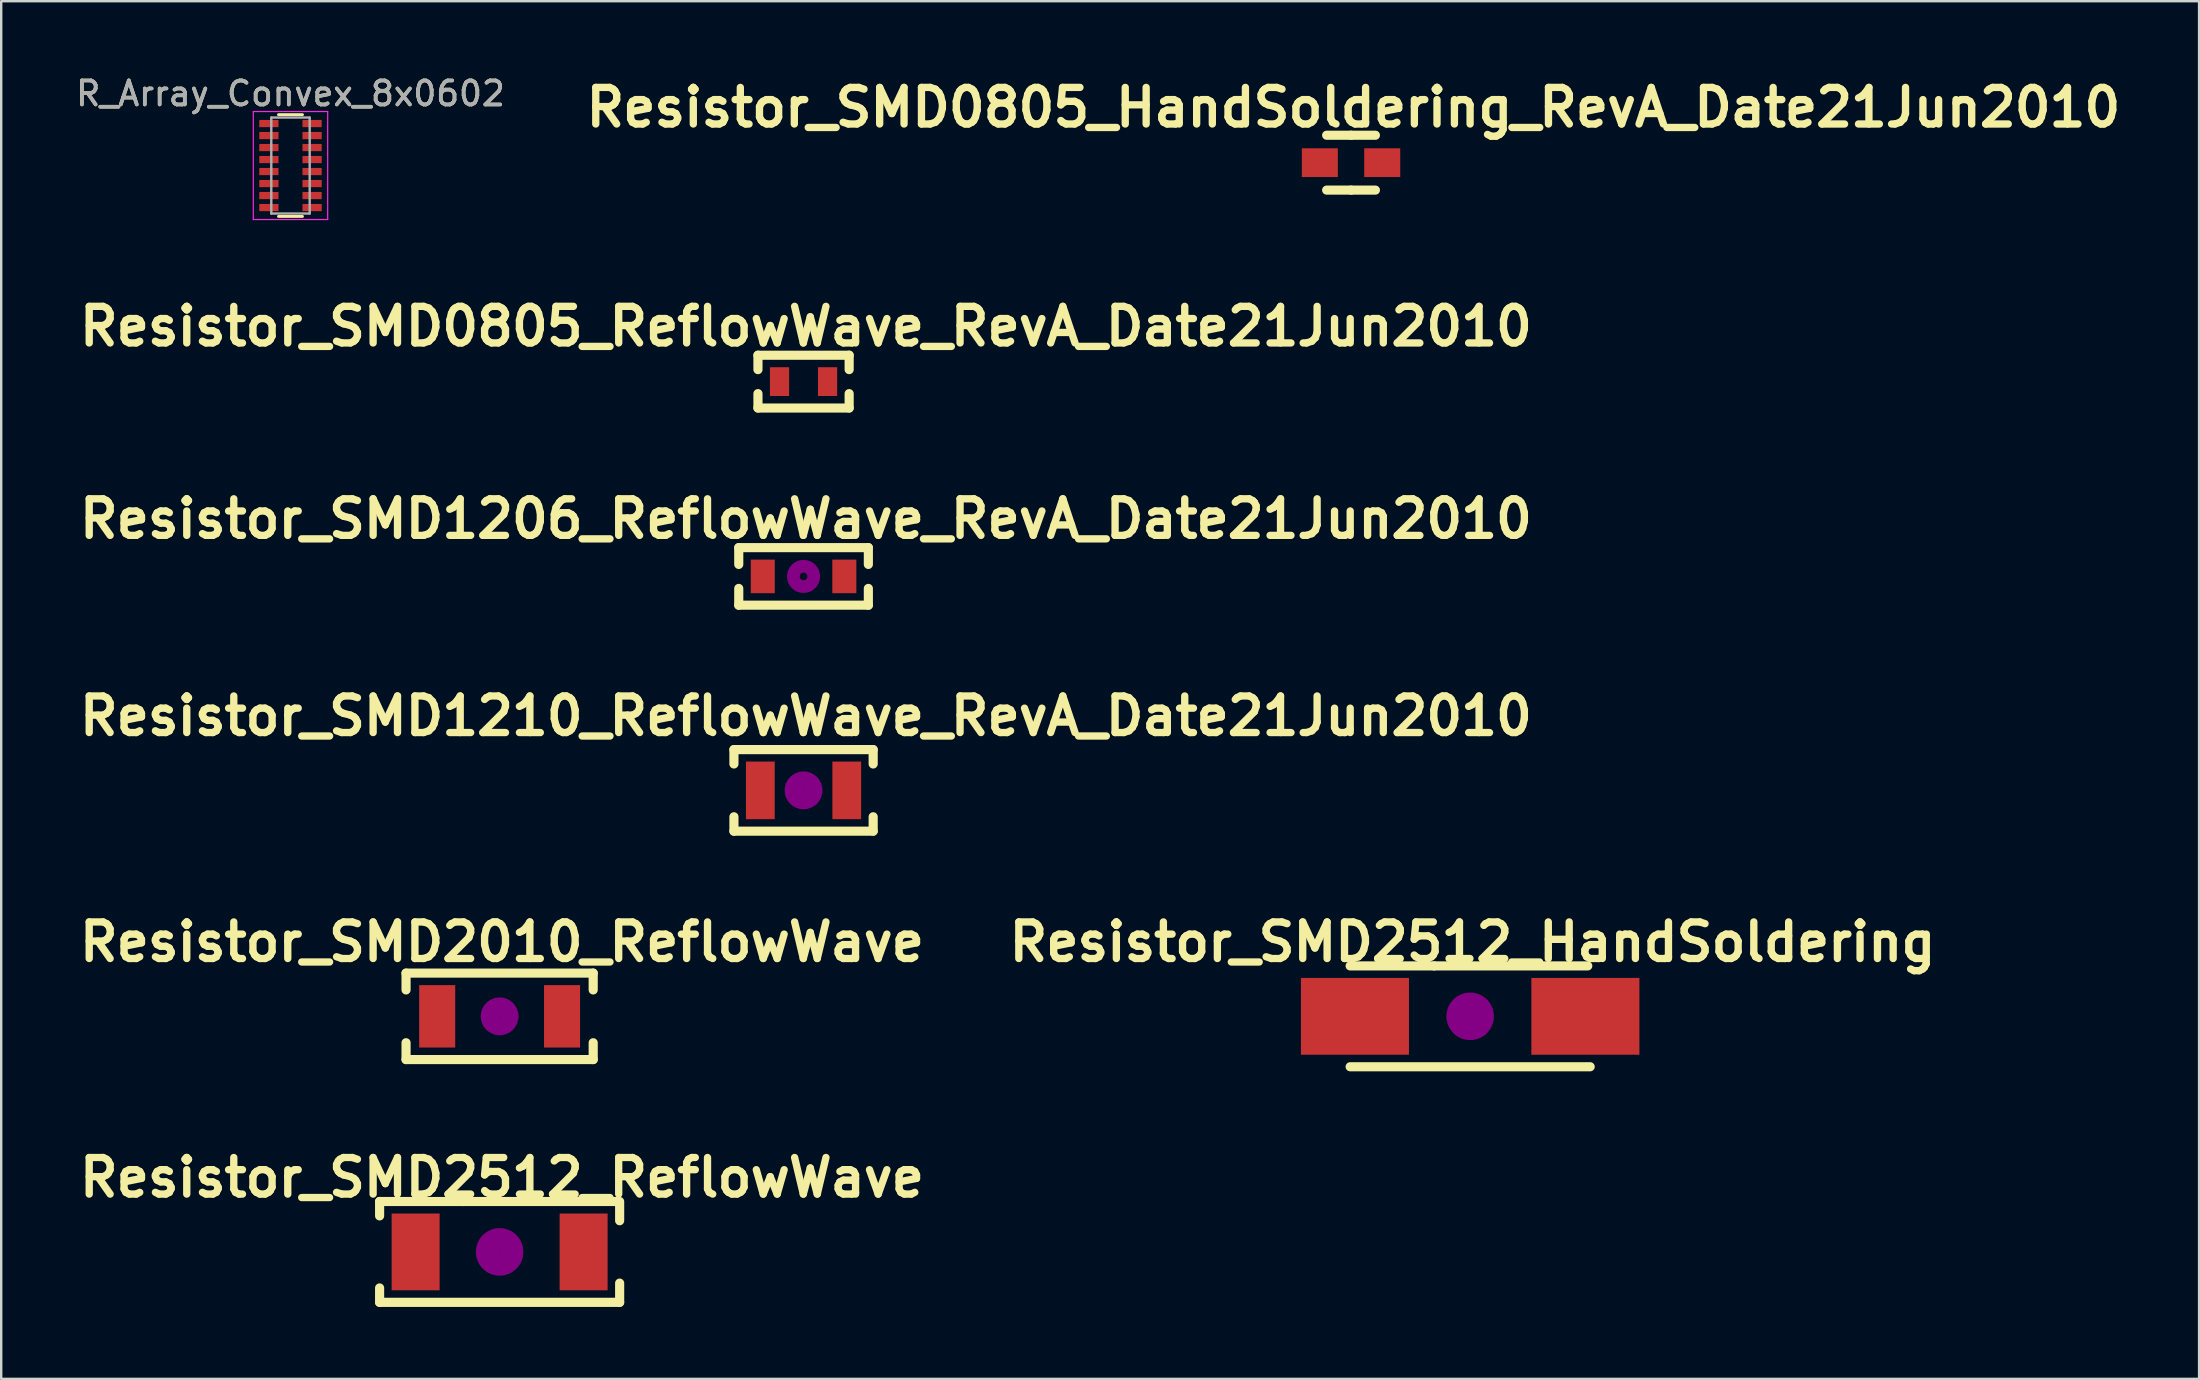
<source format=kicad_pcb>
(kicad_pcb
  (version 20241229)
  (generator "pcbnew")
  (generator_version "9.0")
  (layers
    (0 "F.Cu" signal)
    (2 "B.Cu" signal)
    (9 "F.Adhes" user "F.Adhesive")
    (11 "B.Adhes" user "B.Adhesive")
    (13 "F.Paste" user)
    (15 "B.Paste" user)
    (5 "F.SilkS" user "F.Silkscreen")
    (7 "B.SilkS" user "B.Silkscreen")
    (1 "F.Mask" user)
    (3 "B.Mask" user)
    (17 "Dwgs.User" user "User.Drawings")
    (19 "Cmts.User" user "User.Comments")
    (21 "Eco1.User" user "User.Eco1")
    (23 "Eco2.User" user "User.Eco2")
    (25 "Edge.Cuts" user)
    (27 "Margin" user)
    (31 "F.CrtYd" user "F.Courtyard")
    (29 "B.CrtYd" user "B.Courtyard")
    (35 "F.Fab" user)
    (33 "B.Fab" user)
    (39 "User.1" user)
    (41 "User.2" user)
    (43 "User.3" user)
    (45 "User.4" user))
  (footprint "Resistor_SMD2010_ReflowWave"
    (layer "F.Cu")
    (at 17.768 39.298)
    (property "Reference" "Resistor_SMD2010_ReflowWave" (at 0.099 -3.099 0) (layer "F.SilkS") (effects (font (size 1.524 1.524) (thickness 0.305))))
    (attr smd)
    (fp_line (start -3.899 -1.801) (end -3.899 -1.1) (stroke (width 0.381) (type solid)) (layer "F.SilkS"))
    (fp_line (start -3.899 1.1) (end -3.899 1.801) (stroke (width 0.381) (type solid)) (layer "F.SilkS"))
    (fp_line (start -3.899 1.801) (end 3.899 1.801) (stroke (width 0.381) (type solid)) (layer "F.SilkS"))
    (fp_line (start 3.899 -1.801) (end -3.899 -1.801) (stroke (width 0.381) (type solid)) (layer "F.SilkS"))
    (fp_line (start 3.899 -1.1) (end 3.899 -1.801) (stroke (width 0.381) (type solid)) (layer "F.SilkS"))
    (fp_line (start 3.899 1.801) (end 3.899 1.1) (stroke (width 0.381) (type solid)) (layer "F.SilkS"))
    (fp_circle (center 0 0) (end 0.201 0) (stroke (width 0.381) (type solid)) (fill no) (layer "F.Adhes"))
    (fp_circle (center 0 0) (end 0.399 0) (stroke (width 0.381) (type solid)) (fill no) (layer "F.Adhes"))
    (fp_circle (center 0 0) (end 0.599 0) (stroke (width 0.381) (type solid)) (fill no) (layer "F.Adhes"))
    (pad "1" smd rect (at -2.601 0) (size 1.501 2.601) (layers "F.Cu" "F.Mask" "F.Paste"))
    (pad "2" smd rect (at 2.601 0) (size 1.501 2.601) (layers "F.Cu" "F.Mask" "F.Paste")))
  (footprint "Resistor_SMD2512_ReflowWave"
    (layer "F.Cu")
    (at 17.768 49.114)
    (property "Reference" "Resistor_SMD2512_ReflowWave" (at 0.099 -3.099 0) (layer "F.SilkS") (effects (font (size 1.524 1.524) (thickness 0.305))))
    (attr smd)
    (fp_line (start -5.001 -2.101) (end -5.001 -1.501) (stroke (width 0.381) (type solid)) (layer "F.SilkS"))
    (fp_line (start -5.001 1.501) (end -5.001 2.101) (stroke (width 0.381) (type solid)) (layer "F.SilkS"))
    (fp_line (start -5.001 2.101) (end 5.001 2.101) (stroke (width 0.381) (type solid)) (layer "F.SilkS"))
    (fp_line (start -1.501 -2.101) (end -5.001 -2.101) (stroke (width 0.381) (type solid)) (layer "F.SilkS"))
    (fp_line (start 4.9 -2.101) (end -1.501 -2.101) (stroke (width 0.381) (type solid)) (layer "F.SilkS"))
    (fp_line (start 5.001 -2.101) (end 5.001 -1.3) (stroke (width 0.381) (type solid)) (layer "F.SilkS"))
    (fp_line (start 5.001 2.101) (end 5.001 1.3) (stroke (width 0.381) (type solid)) (layer "F.SilkS"))
    (fp_circle (center 0 0) (end 0.201 0) (stroke (width 0.381) (type solid)) (fill no) (layer "F.Adhes"))
    (fp_circle (center 0 0) (end 0.5 0) (stroke (width 0.381) (type solid)) (fill no) (layer "F.Adhes"))
    (fp_circle (center 0 0) (end 0.8 0) (stroke (width 0.381) (type solid)) (fill no) (layer "F.Adhes"))
    (pad "1" smd rect (at -3.5 0) (size 1.999 3.2) (layers "F.Cu" "F.Mask" "F.Paste"))
    (pad "2" smd rect (at 3.5 0) (size 1.999 3.2) (layers "F.Cu" "F.Mask" "F.Paste")))
  (footprint "R_Array_Convex_8x0602"
    (layer "F.Cu")
    (at 9.054 3.848)
    (property "Reference" "R_Array_Convex_8x0602" (at 0 -3 0) (layer "F.SilkS") (effects (font (size 1 1) (thickness 0.15))))
    (attr smd)
    (fp_line (start 0.5 -2.12) (end -0.5 -2.12) (stroke (width 0.12) (type solid)) (layer "F.SilkS"))
    (fp_line (start 0.5 2.12) (end -0.5 2.12) (stroke (width 0.12) (type solid)) (layer "F.SilkS"))
    (fp_line (start -1.55 -2.25) (end -1.55 2.25) (stroke (width 0.05) (type solid)) (layer "F.CrtYd"))
    (fp_line (start -1.55 -2.25) (end 1.55 -2.25) (stroke (width 0.05) (type solid)) (layer "F.CrtYd"))
    (fp_line (start 1.55 2.25) (end -1.55 2.25) (stroke (width 0.05) (type solid)) (layer "F.CrtYd"))
    (fp_line (start 1.55 2.25) (end 1.55 -2.25) (stroke (width 0.05) (type solid)) (layer "F.CrtYd"))
    (fp_line (start -0.8 -2) (end -0.8 2) (stroke (width 0.1) (type solid)) (layer "F.Fab"))
    (fp_line (start -0.8 2) (end 0.8 2) (stroke (width 0.1) (type solid)) (layer "F.Fab"))
    (fp_line (start 0.8 -2) (end -0.8 -2) (stroke (width 0.1) (type solid)) (layer "F.Fab"))
    (fp_line (start 0.8 2) (end 0.8 -2) (stroke (width 0.1) (type solid)) (layer "F.Fab"))
    (fp_text user "${REFERENCE}" (at 0 -3 0) (layer "F.Fab") (effects (font (size 1 1) (thickness 0.15))))
    (pad "1" smd rect (at -0.9 -1.75) (size 0.8 0.3) (layers "F.Cu" "F.Mask" "F.Paste"))
    (pad "2" smd rect (at -0.9 -1.25) (size 0.8 0.3) (layers "F.Cu" "F.Mask" "F.Paste"))
    (pad "3" smd rect (at -0.9 -0.75) (size 0.8 0.3) (layers "F.Cu" "F.Mask" "F.Paste"))
    (pad "4" smd rect (at -0.9 -0.25) (size 0.8 0.3) (layers "F.Cu" "F.Mask" "F.Paste"))
    (pad "5" smd rect (at -0.9 0.25) (size 0.8 0.3) (layers "F.Cu" "F.Mask" "F.Paste"))
    (pad "6" smd rect (at -0.9 0.75) (size 0.8 0.3) (layers "F.Cu" "F.Mask" "F.Paste"))
    (pad "7" smd rect (at -0.9 1.25) (size 0.8 0.3) (layers "F.Cu" "F.Mask" "F.Paste"))
    (pad "8" smd rect (at -0.9 1.75) (size 0.8 0.3) (layers "F.Cu" "F.Mask" "F.Paste"))
    (pad "9" smd rect (at 0.9 1.75) (size 0.8 0.3) (layers "F.Cu" "F.Mask" "F.Paste"))
    (pad "10" smd rect (at 0.9 1.25) (size 0.8 0.3) (layers "F.Cu" "F.Mask" "F.Paste"))
    (pad "11" smd rect (at 0.9 0.75) (size 0.8 0.3) (layers "F.Cu" "F.Mask" "F.Paste"))
    (pad "12" smd rect (at 0.9 0.25) (size 0.8 0.3) (layers "F.Cu" "F.Mask" "F.Paste"))
    (pad "13" smd rect (at 0.9 -0.25) (size 0.8 0.3) (layers "F.Cu" "F.Mask" "F.Paste"))
    (pad "14" smd rect (at 0.9 -0.75) (size 0.8 0.3) (layers "F.Cu" "F.Mask" "F.Paste"))
    (pad "15" smd rect (at 0.9 -1.25) (size 0.8 0.3) (layers "F.Cu" "F.Mask" "F.Paste"))
    (pad "16" smd rect (at 0.9 -1.75) (size 0.8 0.3) (layers "F.Cu" "F.Mask" "F.Paste")))
  (footprint "Resistor_SMD0805_ReflowWave_RevA_Date21Jun2010"
    (layer "F.Cu")
    (at 30.432 12.851)
    (property "Reference" "Resistor_SMD0805_ReflowWave_RevA_Date21Jun2010" (at 0.099 -2.301 0) (layer "F.SilkS") (effects (font (size 1.524 1.524) (thickness 0.305))))
    (attr smd)
    (fp_line (start -1.9 -1.1) (end -1.9 -0.5) (stroke (width 0.381) (type solid)) (layer "F.SilkS"))
    (fp_line (start -1.9 0.5) (end -1.9 1.1) (stroke (width 0.381) (type solid)) (layer "F.SilkS"))
    (fp_line (start -1.9 1.1) (end 1.9 1.1) (stroke (width 0.381) (type solid)) (layer "F.SilkS"))
    (fp_line (start 1.9 -1.1) (end -1.9 -1.1) (stroke (width 0.381) (type solid)) (layer "F.SilkS"))
    (fp_line (start 1.9 -0.5) (end 1.9 -1.1) (stroke (width 0.381) (type solid)) (layer "F.SilkS"))
    (fp_line (start 1.9 1.1) (end 1.9 0.5) (stroke (width 0.381) (type solid)) (layer "F.SilkS"))
    (pad "1" smd rect (at -1.001 0) (size 0.8 1.199) (layers "F.Cu" "F.Mask" "F.Paste"))
    (pad "2" smd rect (at 1.001 0) (size 0.8 1.199) (layers "F.Cu" "F.Mask" "F.Paste")))
  (footprint "Resistor_SMD1206_ReflowWave_RevA_Date21Jun2010"
    (layer "F.Cu")
    (at 30.432 20.968)
    (property "Reference" "Resistor_SMD1206_ReflowWave_RevA_Date21Jun2010" (at 0.099 -2.4 0) (layer "F.SilkS") (effects (font (size 1.524 1.524) (thickness 0.305))))
    (attr smd)
    (fp_line (start -2.7 -1.199) (end -2.7 -0.5) (stroke (width 0.381) (type solid)) (layer "F.SilkS"))
    (fp_line (start -2.7 0.5) (end -2.7 1.199) (stroke (width 0.381) (type solid)) (layer "F.SilkS"))
    (fp_line (start -2.7 1.199) (end 2.7 1.199) (stroke (width 0.381) (type solid)) (layer "F.SilkS"))
    (fp_line (start 2.7 -1.199) (end -2.7 -1.199) (stroke (width 0.381) (type solid)) (layer "F.SilkS"))
    (fp_line (start 2.7 -0.5) (end 2.7 -1.199) (stroke (width 0.381) (type solid)) (layer "F.SilkS"))
    (fp_line (start 2.7 1.199) (end 2.7 0.5) (stroke (width 0.381) (type solid)) (layer "F.SilkS"))
    (fp_circle (center 0 0) (end 0.15 0.051) (stroke (width 0.381) (type solid)) (fill no) (layer "F.Adhes"))
    (fp_circle (center 0 0) (end 0.5 0) (stroke (width 0.381) (type solid)) (fill no) (layer "F.Adhes"))
    (pad "1" smd rect (at -1.699 0) (size 1.001 1.4) (layers "F.Cu" "F.Mask" "F.Paste"))
    (pad "2" smd rect (at 1.699 0) (size 1.001 1.4) (layers "F.Cu" "F.Mask" "F.Paste")))
  (footprint "Resistor_SMD0805_HandSoldering_RevA_Date21Jun2010"
    (layer "F.Cu")
    (at 53.244 3.728)
    (property "Reference" "Resistor_SMD0805_HandSoldering_RevA_Date21Jun2010" (at 0.099 -2.301 0) (layer "F.SilkS") (effects (font (size 1.524 1.524) (thickness 0.305))))
    (attr smd)
    (fp_line (start 0 -1.143) (end -1.016 -1.143) (stroke (width 0.381) (type solid)) (layer "F.SilkS"))
    (fp_line (start 0 -1.143) (end 1.016 -1.143) (stroke (width 0.381) (type solid)) (layer "F.SilkS"))
    (fp_line (start 0 1.143) (end -1.016 1.143) (stroke (width 0.381) (type solid)) (layer "F.SilkS"))
    (fp_line (start 0 1.143) (end 1.016 1.143) (stroke (width 0.381) (type solid)) (layer "F.SilkS"))
    (pad "1" smd rect (at -1.3 0) (size 1.501 1.199) (layers "F.Cu" "F.Mask" "F.Paste"))
    (pad "2" smd rect (at 1.3 0) (size 1.501 1.199) (layers "F.Cu" "F.Mask" "F.Paste")))
  (footprint "Resistor_SMD1210_ReflowWave_RevA_Date21Jun2010"
    (layer "F.Cu")
    (at 30.432 29.883)
    (property "Reference" "Resistor_SMD1210_ReflowWave_RevA_Date21Jun2010" (at 0.099 -3.099 0) (layer "F.SilkS") (effects (font (size 1.524 1.524) (thickness 0.305))))
    (attr smd)
    (fp_line (start -2.901 -1.699) (end -2.901 -1.1) (stroke (width 0.381) (type solid)) (layer "F.SilkS"))
    (fp_line (start -2.901 1.1) (end -2.901 1.699) (stroke (width 0.381) (type solid)) (layer "F.SilkS"))
    (fp_line (start -2.901 1.699) (end 2.901 1.699) (stroke (width 0.381) (type solid)) (layer "F.SilkS"))
    (fp_line (start 2.901 -1.699) (end -2.901 -1.699) (stroke (width 0.381) (type solid)) (layer "F.SilkS"))
    (fp_line (start 2.901 -1.1) (end 2.901 -1.699) (stroke (width 0.381) (type solid)) (layer "F.SilkS"))
    (fp_line (start 2.901 1.699) (end 2.901 1.1) (stroke (width 0.381) (type solid)) (layer "F.SilkS"))
    (fp_circle (center 0 0) (end 0.201 0) (stroke (width 0.381) (type solid)) (fill no) (layer "F.Adhes"))
    (fp_circle (center 0 0) (end 0.399 0) (stroke (width 0.381) (type solid)) (fill no) (layer "F.Adhes"))
    (fp_circle (center 0 0) (end 0.599 0) (stroke (width 0.381) (type solid)) (fill no) (layer "F.Adhes"))
    (pad "1" smd rect (at -1.801 0) (size 1.199 2.4) (layers "F.Cu" "F.Mask" "F.Paste"))
    (pad "2" smd rect (at 1.801 0) (size 1.199 2.4) (layers "F.Cu" "F.Mask" "F.Paste")))
  (footprint "Resistor_SMD2512_HandSoldering"
    (layer "F.Cu")
    (at 58.208 39.298)
    (property "Reference" "Resistor_SMD2512_HandSoldering" (at 0.099 -3.099 0) (layer "F.SilkS") (effects (font (size 1.524 1.524) (thickness 0.305))))
    (attr smd)
    (fp_line (start -5.001 2.101) (end 5.001 2.101) (stroke (width 0.381) (type solid)) (layer "F.SilkS"))
    (fp_line (start -1.501 -2.101) (end -5.001 -2.101) (stroke (width 0.381) (type solid)) (layer "F.SilkS"))
    (fp_line (start 4.9 -2.101) (end -1.501 -2.101) (stroke (width 0.381) (type solid)) (layer "F.SilkS"))
    (fp_circle (center 0 0) (end 0.201 0) (stroke (width 0.381) (type solid)) (fill no) (layer "F.Adhes"))
    (fp_circle (center 0 0) (end 0.5 0) (stroke (width 0.381) (type solid)) (fill no) (layer "F.Adhes"))
    (fp_circle (center 0 0) (end 0.8 0) (stroke (width 0.381) (type solid)) (fill no) (layer "F.Adhes"))
    (pad "1" smd rect (at -4.801 0) (size 4.501 3.2) (layers "F.Cu" "F.Mask" "F.Paste"))
    (pad "2" smd rect (at 4.801 0) (size 4.501 3.2) (layers "F.Cu" "F.Mask" "F.Paste")))
  (gr_rect
    (start -3 -3)
    (end 88.58 54.405)
    (stroke (width 0.1) (type default))
    (fill no)
    (layer "Edge.Cuts")))
</source>
